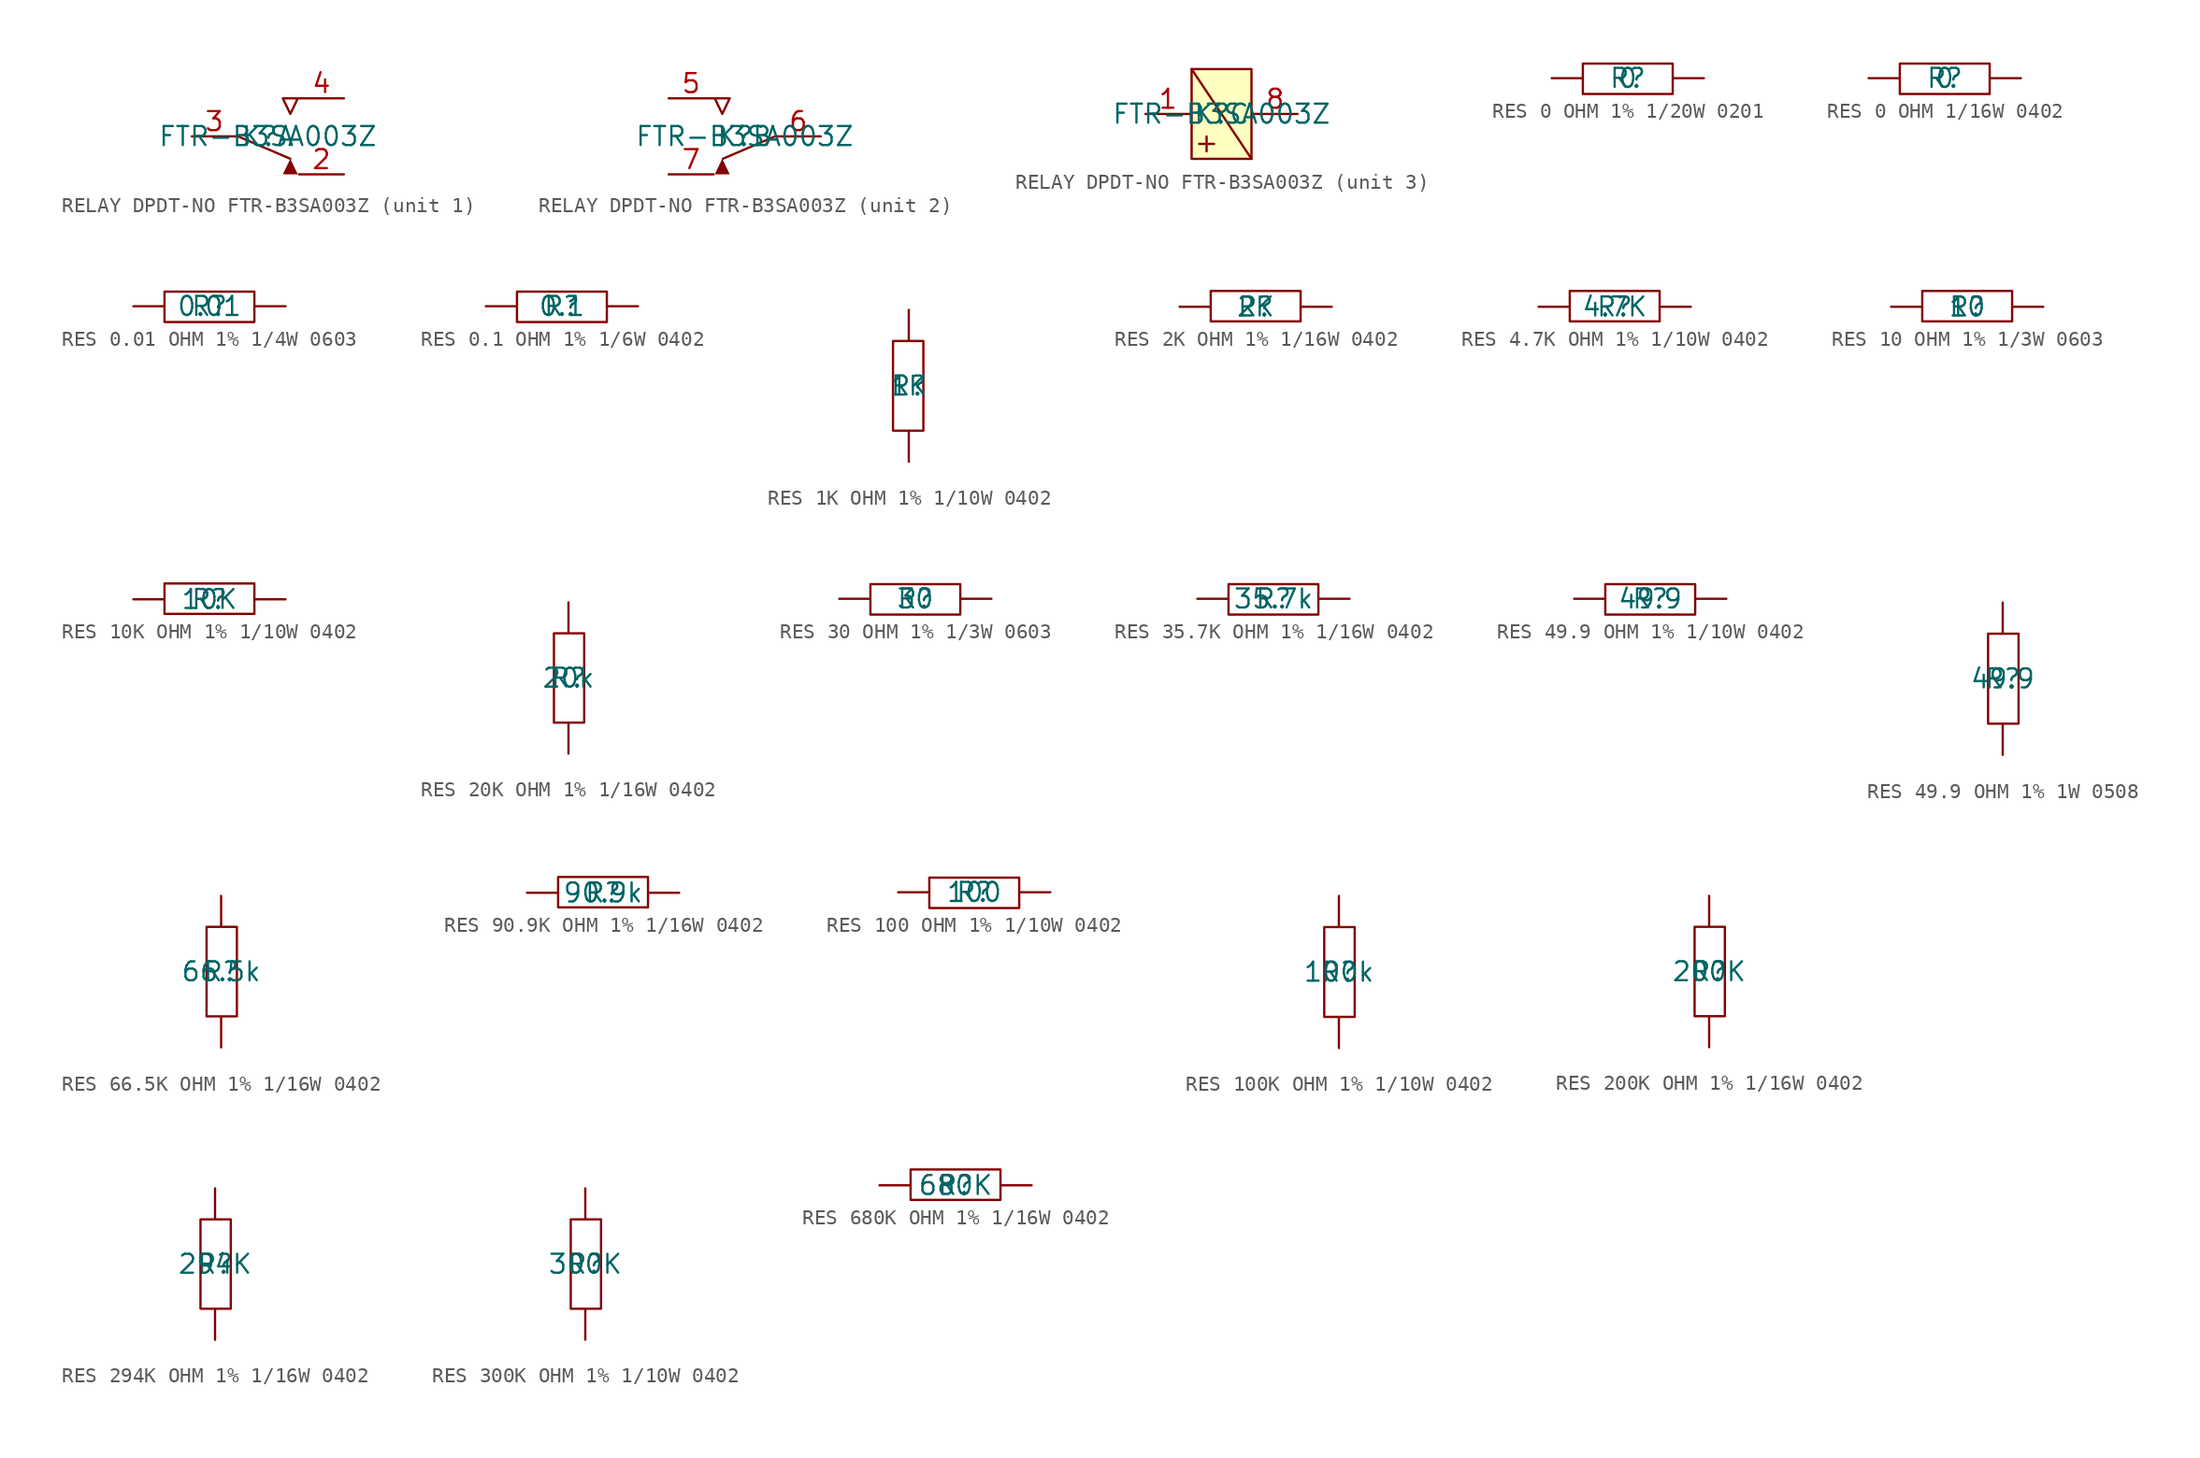
<source format=kicad_sym>
(kicad_symbol_lib
  (version 20241209)
  (generator "kicad_symbol_editor")
  (generator_version "8.99")
  (symbol "RELAY DPDT-NO FTR-B3SA003Z"
    (pin_names
      (hide yes))
    (property "Reference" "K"
      (at 0 0 0)
      (effects (font (size 1.27 1.27))))
    (property "Value" "FTR-B3SA003Z"
      (at 0 0 0)
      (effects (font (size 1.27 1.27))))
    (symbol "RELAY DPDT-NO FTR-B3SA003Z_1_0"
      (polyline (pts (xy -2 0) (xy 1.5 -1.5)) (stroke (width 0) (type solid)) (fill (type none)))
      (polyline (pts (xy 1 -2.54) (xy 2 -2.54) (xy 1.5 -1.5) (xy 1 -2.54)) (stroke (width -0.0001) (type solid)) (fill (type outline)))
      (polyline (pts (xy 1.5 1.5) (xy 1 2.54) (xy 2 2.54) (xy 1.5 1.5)) (stroke (width 0) (type solid)) (fill (type none)))
      (pin passive line (at -5.08 0 0) (length 3) (name "3" (effects (font (size 1.27 1.27)))) (number "3" (effects (font (size 1.27 1.27)))))
      (pin passive line (at 5.08 2.54 180) (length 3) (name "4" (effects (font (size 1.27 1.27)))) (number "4" (effects (font (size 1.27 1.27)))))
      (pin passive line (at 5.08 -2.54 180) (length 3) (name "2" (effects (font (size 1.27 1.27)))) (number "2" (effects (font (size 1.27 1.27))))))
    (symbol "RELAY DPDT-NO FTR-B3SA003Z_2_0"
      (polyline (pts (xy -1.5 -1.5) (xy -1 -2.54) (xy -2 -2.54) (xy -1.5 -1.5)) (stroke (width -0.0001) (type solid)) (fill (type outline)))
      (polyline (pts (xy -1.468 -1.5) (xy 2.032 0)) (stroke (width 0) (type solid)) (fill (type none)))
      (polyline (pts (xy -1 2.54) (xy -2 2.54) (xy -1.5 1.5) (xy -1 2.54)) (stroke (width 0) (type solid)) (fill (type none)))
      (pin passive line (at -5.08 2.54 0) (length 3) (name "5" (effects (font (size 1.27 1.27)))) (number "5" (effects (font (size 1.27 1.27)))))
      (pin passive line (at -5.08 -2.54 0) (length 3) (name "7" (effects (font (size 1.27 1.27)))) (number "7" (effects (font (size 1.27 1.27)))))
      (pin passive line (at 5.08 0 180) (length 3) (name "6" (effects (font (size 1.27 1.27)))) (number "6" (effects (font (size 1.27 1.27))))))
    (symbol "RELAY DPDT-NO FTR-B3SA003Z_3_0"
      (polyline (pts (xy -2 3) (xy 2 -3)) (stroke (width 0) (type solid)) (fill (type none)))
      (polyline (pts (xy -2 -3) (xy 2 -3) (xy 2 3) (xy -2 3) (xy -2 -3)) (stroke (width 0) (type solid)) (fill (type none)))
      (polyline (pts (xy -1.5 -2) (xy -0.5 -2)) (stroke (width 0) (type solid)) (fill (type none)))
      (polyline (pts (xy -1 -2.5) (xy -1 -1.5)) (stroke (width 0) (type solid)) (fill (type none)))
      (rectangle (start 2 3) (end -2 -3) (stroke (width 0.025) (type solid) (color 128 0 0 1)) (fill (type background)))
      (pin passive line (at -5.08 0 0) (length 3) (name "1" (effects (font (size 1.27 1.27)))) (number "1" (effects (font (size 1.27 1.27)))))
      (pin passive line (at 5.08 0 180) (length 3) (name "8" (effects (font (size 1.27 1.27)))) (number "8" (effects (font (size 1.27 1.27)))))))
  (symbol "RES 0 OHM 1% 1/20W 0201"
    (pin_numbers
      (hide yes))
    (pin_names
      (hide yes))
    (property "Reference" "R"
      (at 0 0 0)
      (effects (font (size 1.27 1.27))))
    (property "Value" "0"
      (at 0 0 0)
      (effects (font (size 1.27 1.27))))
    (symbol "RES 0 OHM 1% 1/20W 0201_1_0"
      (rectangle (start 3 0.976) (end -3 -1.056) (stroke (width 0) (type solid)) (fill (type none)))
      (pin passive line (at -5.08 0 0) (length 2) (name "1" (effects (font (size 1.27 1.27)))) (number "1" (effects (font (size 1.27 1.27)))))
      (pin passive line (at 5.08 0 180) (length 2) (name "2" (effects (font (size 1.27 1.27)))) (number "2" (effects (font (size 1.27 1.27)))))))
  (symbol "RES 0 OHM 1/16W 0402"
    (pin_numbers
      (hide yes))
    (pin_names
      (hide yes))
    (property "Reference" "R"
      (at 0 0 0)
      (effects (font (size 1.27 1.27))))
    (property "Value" "0"
      (at 0 0 0)
      (effects (font (size 1.27 1.27))))
    (symbol "RES 0 OHM 1/16W 0402_1_0"
      (rectangle (start 3 0.976) (end -3 -1.056) (stroke (width 0) (type solid)) (fill (type none)))
      (pin passive line (at -5.08 0 0) (length 2) (name "1" (effects (font (size 1.27 1.27)))) (number "1" (effects (font (size 1.27 1.27)))))
      (pin passive line (at 5.08 0 180) (length 2) (name "2" (effects (font (size 1.27 1.27)))) (number "2" (effects (font (size 1.27 1.27)))))))
  (symbol "RES 0.01 OHM 1% 1/4W 0603"
    (pin_numbers
      (hide yes))
    (pin_names
      (hide yes))
    (property "Reference" "R"
      (at 0 0 0)
      (effects (font (size 1.27 1.27))))
    (property "Value" "0.01"
      (at 0 0 0)
      (effects (font (size 1.27 1.27))))
    (symbol "RES 0.01 OHM 1% 1/4W 0603_1_0"
      (rectangle (start 3 0.976) (end -3 -1.056) (stroke (width 0) (type solid)) (fill (type none)))
      (pin passive line (at -5.08 0 0) (length 2) (name "1" (effects (font (size 1.27 1.27)))) (number "1" (effects (font (size 1.27 1.27)))))
      (pin passive line (at 5.08 0 180) (length 2) (name "2" (effects (font (size 1.27 1.27)))) (number "2" (effects (font (size 1.27 1.27)))))))
  (symbol "RES 0.1 OHM 1% 1/6W 0402"
    (pin_numbers
      (hide yes))
    (pin_names
      (hide yes))
    (property "Reference" "R"
      (at 0 0 0)
      (effects (font (size 1.27 1.27))))
    (property "Value" "0.1"
      (at 0 0 0)
      (effects (font (size 1.27 1.27))))
    (symbol "RES 0.1 OHM 1% 1/6W 0402_1_0"
      (rectangle (start 3 0.976) (end -3 -1.056) (stroke (width 0) (type solid)) (fill (type none)))
      (pin passive line (at -5.08 0 0) (length 2) (name "1" (effects (font (size 1.27 1.27)))) (number "1" (effects (font (size 1.27 1.27)))))
      (pin passive line (at 5.08 0 180) (length 2) (name "2" (effects (font (size 1.27 1.27)))) (number "2" (effects (font (size 1.27 1.27)))))))
  (symbol "RES 1K OHM 1% 1/10W 0402"
    (pin_numbers
      (hide yes))
    (pin_names
      (hide yes))
    (property "Reference" "R"
      (at 0 0 0)
      (effects (font (size 1.27 1.27))))
    (property "Value" "1K"
      (at 0 0 0)
      (effects (font (size 1.27 1.27))))
    (symbol "RES 1K OHM 1% 1/10W 0402_1_0"
      (rectangle (start 0.976 3) (end -1.056 -3) (stroke (width 0) (type solid)) (fill (type none)))
      (pin passive line (at 0 5.08 270) (length 2) (name "1" (effects (font (size 1.27 1.27)))) (number "1" (effects (font (size 1.27 1.27)))))
      (pin passive line (at 0 -5.08 90) (length 2) (name "2" (effects (font (size 1.27 1.27)))) (number "2" (effects (font (size 1.27 1.27)))))))
  (symbol "RES 2K OHM 1% 1/16W 0402"
    (pin_numbers
      (hide yes))
    (pin_names
      (hide yes))
    (property "Reference" "R"
      (at 0 0 0)
      (effects (font (size 1.27 1.27))))
    (property "Value" "2K"
      (at 0 0 0)
      (effects (font (size 1.27 1.27))))
    (symbol "RES 2K OHM 1% 1/16W 0402_1_0"
      (rectangle (start 3 1.056) (end -3 -0.976) (stroke (width 0) (type solid)) (fill (type none)))
      (pin passive line (at -5.08 0 0) (length 2) (name "2" (effects (font (size 1.27 1.27)))) (number "2" (effects (font (size 1.27 1.27)))))
      (pin passive line (at 5.08 0 180) (length 2) (name "1" (effects (font (size 1.27 1.27)))) (number "1" (effects (font (size 1.27 1.27)))))))
  (symbol "RES 4.7K OHM 1% 1/10W 0402"
    (pin_numbers
      (hide yes))
    (pin_names
      (hide yes))
    (property "Reference" "R"
      (at 0 0 0)
      (effects (font (size 1.27 1.27))))
    (property "Value" "4.7K"
      (at 0 0 0)
      (effects (font (size 1.27 1.27))))
    (symbol "RES 4.7K OHM 1% 1/10W 0402_1_0"
      (rectangle (start 3 1.056) (end -3 -0.976) (stroke (width 0) (type solid)) (fill (type none)))
      (pin passive line (at -5.08 0 0) (length 2) (name "1" (effects (font (size 1.27 1.27)))) (number "1" (effects (font (size 1.27 1.27)))))
      (pin passive line (at 5.08 0 180) (length 2) (name "2" (effects (font (size 1.27 1.27)))) (number "2" (effects (font (size 1.27 1.27)))))))
  (symbol "RES 10 OHM 1% 1/3W 0603"
    (pin_numbers
      (hide yes))
    (pin_names
      (hide yes))
    (property "Reference" "R"
      (at 0 0 0)
      (effects (font (size 1.27 1.27))))
    (property "Value" "10"
      (at 0 0 0)
      (effects (font (size 1.27 1.27))))
    (symbol "RES 10 OHM 1% 1/3W 0603_1_0"
      (rectangle (start 3 1.056) (end -3 -0.976) (stroke (width 0) (type solid)) (fill (type none)))
      (pin passive line (at -5.08 0 0) (length 2) (name "2" (effects (font (size 1.27 1.27)))) (number "2" (effects (font (size 1.27 1.27)))))
      (pin passive line (at 5.08 0 180) (length 2) (name "1" (effects (font (size 1.27 1.27)))) (number "1" (effects (font (size 1.27 1.27)))))))
  (symbol "RES 10K OHM 1% 1/10W 0402"
    (pin_numbers
      (hide yes))
    (pin_names
      (hide yes))
    (property "Reference" "R"
      (at 0 0 0)
      (effects (font (size 1.27 1.27))))
    (property "Value" "10K"
      (at 0 0 0)
      (effects (font (size 1.27 1.27))))
    (symbol "RES 10K OHM 1% 1/10W 0402_1_0"
      (rectangle (start 3 1.056) (end -3 -0.976) (stroke (width 0) (type solid)) (fill (type none)))
      (pin passive line (at -5.08 0 0) (length 2) (name "2" (effects (font (size 1.27 1.27)))) (number "2" (effects (font (size 1.27 1.27)))))
      (pin passive line (at 5.08 0 180) (length 2) (name "1" (effects (font (size 1.27 1.27)))) (number "1" (effects (font (size 1.27 1.27)))))))
  (symbol "RES 20K OHM 1% 1/16W 0402"
    (pin_numbers
      (hide yes))
    (pin_names
      (hide yes))
    (property "Reference" "R"
      (at 0 0 0)
      (effects (font (size 1.27 1.27))))
    (property "Value" "20k"
      (at 0 0 0)
      (effects (font (size 1.27 1.27))))
    (symbol "RES 20K OHM 1% 1/16W 0402_1_0"
      (rectangle (start 1.056 3) (end -0.976 -3) (stroke (width 0) (type solid)) (fill (type none)))
      (pin passive line (at 0 5.08 270) (length 2) (name "2" (effects (font (size 1.27 1.27)))) (number "2" (effects (font (size 1.27 1.27)))))
      (pin passive line (at 0 -5.08 90) (length 2) (name "1" (effects (font (size 1.27 1.27)))) (number "1" (effects (font (size 1.27 1.27)))))))
  (symbol "RES 30 OHM 1% 1/3W 0603"
    (pin_numbers
      (hide yes))
    (pin_names
      (hide yes))
    (property "Reference" "R"
      (at 0 0 0)
      (effects (font (size 1.27 1.27))))
    (property "Value" "30"
      (at 0 0 0)
      (effects (font (size 1.27 1.27))))
    (symbol "RES 30 OHM 1% 1/3W 0603_1_0"
      (rectangle (start 3 0.976) (end -3 -1.056) (stroke (width 0) (type solid)) (fill (type none)))
      (pin passive line (at -5.08 0 0) (length 2) (name "1" (effects (font (size 1.27 1.27)))) (number "1" (effects (font (size 1.27 1.27)))))
      (pin passive line (at 5.08 0 180) (length 2) (name "2" (effects (font (size 1.27 1.27)))) (number "2" (effects (font (size 1.27 1.27)))))))
  (symbol "RES 35.7K OHM 1% 1/16W 0402"
    (pin_numbers
      (hide yes))
    (pin_names
      (hide yes))
    (property "Reference" "R"
      (at 0 0 0)
      (effects (font (size 1.27 1.27))))
    (property "Value" "35.7k"
      (at 0 0 0)
      (effects (font (size 1.27 1.27))))
    (symbol "RES 35.7K OHM 1% 1/16W 0402_1_0"
      (rectangle (start 3 0.976) (end -3 -1.056) (stroke (width 0) (type solid)) (fill (type none)))
      (pin passive line (at -5.08 0 0) (length 2) (name "1" (effects (font (size 1.27 1.27)))) (number "1" (effects (font (size 1.27 1.27)))))
      (pin passive line (at 5.08 0 180) (length 2) (name "2" (effects (font (size 1.27 1.27)))) (number "2" (effects (font (size 1.27 1.27)))))))
  (symbol "RES 49.9 OHM 1% 1/10W 0402"
    (pin_numbers
      (hide yes))
    (pin_names
      (hide yes))
    (property "Reference" "R"
      (at 0 0 0)
      (effects (font (size 1.27 1.27))))
    (property "Value" "49.9"
      (at 0 0 0)
      (effects (font (size 1.27 1.27))))
    (symbol "RES 49.9 OHM 1% 1/10W 0402_1_0"
      (rectangle (start 3 0.976) (end -3 -1.056) (stroke (width 0) (type solid)) (fill (type none)))
      (pin passive line (at -5.08 0 0) (length 2) (name "1" (effects (font (size 1.27 1.27)))) (number "1" (effects (font (size 1.27 1.27)))))
      (pin passive line (at 5.08 0 180) (length 2) (name "2" (effects (font (size 1.27 1.27)))) (number "2" (effects (font (size 1.27 1.27)))))))
  (symbol "RES 49.9 OHM 1% 1W 0508"
    (pin_numbers
      (hide yes))
    (pin_names
      (hide yes))
    (property "Reference" "R"
      (at 0 0 0)
      (effects (font (size 1.27 1.27))))
    (property "Value" "49.9"
      (at 0 0 0)
      (effects (font (size 1.27 1.27))))
    (symbol "RES 49.9 OHM 1% 1W 0508_1_0"
      (rectangle (start 1.056 3) (end -0.976 -3) (stroke (width 0) (type solid)) (fill (type none)))
      (pin passive line (at 0 5.08 270) (length 2) (name "2" (effects (font (size 1.27 1.27)))) (number "2" (effects (font (size 1.27 1.27)))))
      (pin passive line (at 0 -5.08 90) (length 2) (name "1" (effects (font (size 1.27 1.27)))) (number "1" (effects (font (size 1.27 1.27)))))))
  (symbol "RES 66.5K OHM 1% 1/16W 0402"
    (pin_numbers
      (hide yes))
    (pin_names
      (hide yes))
    (property "Reference" "R"
      (at 0 0 0)
      (effects (font (size 1.27 1.27))))
    (property "Value" "66.5k"
      (at 0 0 0)
      (effects (font (size 1.27 1.27))))
    (symbol "RES 66.5K OHM 1% 1/16W 0402_1_0"
      (rectangle (start 1.056 3) (end -0.976 -3) (stroke (width 0) (type solid)) (fill (type none)))
      (pin passive line (at 0 5.08 270) (length 2) (name "2" (effects (font (size 1.27 1.27)))) (number "2" (effects (font (size 1.27 1.27)))))
      (pin passive line (at 0 -5.08 90) (length 2) (name "1" (effects (font (size 1.27 1.27)))) (number "1" (effects (font (size 1.27 1.27)))))))
  (symbol "RES 90.9K OHM 1% 1/16W 0402"
    (pin_numbers
      (hide yes))
    (pin_names
      (hide yes))
    (property "Reference" "R"
      (at 0 0 0)
      (effects (font (size 1.27 1.27))))
    (property "Value" "90.9k"
      (at 0 0 0)
      (effects (font (size 1.27 1.27))))
    (symbol "RES 90.9K OHM 1% 1/16W 0402_1_0"
      (rectangle (start 3 1.056) (end -3 -0.976) (stroke (width 0) (type solid)) (fill (type none)))
      (pin passive line (at -5.08 0 0) (length 2) (name "2" (effects (font (size 1.27 1.27)))) (number "2" (effects (font (size 1.27 1.27)))))
      (pin passive line (at 5.08 0 180) (length 2) (name "1" (effects (font (size 1.27 1.27)))) (number "1" (effects (font (size 1.27 1.27)))))))
  (symbol "RES 100 OHM 1% 1/10W 0402"
    (pin_numbers
      (hide yes))
    (pin_names
      (hide yes))
    (property "Reference" "R"
      (at 0 0 0)
      (effects (font (size 1.27 1.27))))
    (property "Value" "100"
      (at 0 0 0)
      (effects (font (size 1.27 1.27))))
    (symbol "RES 100 OHM 1% 1/10W 0402_1_0"
      (rectangle (start 3 0.976) (end -3 -1.056) (stroke (width 0) (type solid)) (fill (type none)))
      (pin passive line (at -5.08 0 0) (length 2) (name "1" (effects (font (size 1.27 1.27)))) (number "1" (effects (font (size 1.27 1.27)))))
      (pin passive line (at 5.08 0 180) (length 2) (name "2" (effects (font (size 1.27 1.27)))) (number "2" (effects (font (size 1.27 1.27)))))))
  (symbol "RES 100K OHM 1% 1/10W 0402"
    (pin_numbers
      (hide yes))
    (pin_names
      (hide yes))
    (property "Reference" "R"
      (at 0 0 0)
      (effects (font (size 1.27 1.27))))
    (property "Value" "100k"
      (at 0 0 0)
      (effects (font (size 1.27 1.27))))
    (symbol "RES 100K OHM 1% 1/10W 0402_1_0"
      (rectangle (start 1.056 3) (end -0.976 -3) (stroke (width 0) (type solid)) (fill (type none)))
      (pin passive line (at 0 5.08 270) (length 2) (name "2" (effects (font (size 1.27 1.27)))) (number "2" (effects (font (size 1.27 1.27)))))
      (pin passive line (at 0 -5.08 90) (length 2) (name "1" (effects (font (size 1.27 1.27)))) (number "1" (effects (font (size 1.27 1.27)))))))
  (symbol "RES 200K OHM 1% 1/16W 0402"
    (pin_numbers
      (hide yes))
    (pin_names
      (hide yes))
    (property "Reference" "R"
      (at 0 0 0)
      (effects (font (size 1.27 1.27))))
    (property "Value" "200K"
      (at 0 0 0)
      (effects (font (size 1.27 1.27))))
    (symbol "RES 200K OHM 1% 1/16W 0402_1_0"
      (rectangle (start 1.056 3) (end -0.976 -3) (stroke (width 0) (type solid)) (fill (type none)))
      (pin passive line (at 0 5.08 270) (length 2) (name "2" (effects (font (size 1.27 1.27)))) (number "2" (effects (font (size 1.27 1.27)))))
      (pin passive line (at 0 -5.08 90) (length 2) (name "1" (effects (font (size 1.27 1.27)))) (number "1" (effects (font (size 1.27 1.27)))))))
  (symbol "RES 294K OHM 1% 1/16W 0402"
    (pin_numbers
      (hide yes))
    (pin_names
      (hide yes))
    (property "Reference" "R"
      (at 0 0 0)
      (effects (font (size 1.27 1.27))))
    (property "Value" "294K"
      (at 0 0 0)
      (effects (font (size 1.27 1.27))))
    (symbol "RES 294K OHM 1% 1/16W 0402_1_0"
      (rectangle (start 1.056 3) (end -0.976 -3) (stroke (width 0) (type solid)) (fill (type none)))
      (pin passive line (at 0 5.08 270) (length 2) (name "2" (effects (font (size 1.27 1.27)))) (number "2" (effects (font (size 1.27 1.27)))))
      (pin passive line (at 0 -5.08 90) (length 2) (name "1" (effects (font (size 1.27 1.27)))) (number "1" (effects (font (size 1.27 1.27)))))))
  (symbol "RES 300K OHM 1% 1/10W 0402"
    (pin_numbers
      (hide yes))
    (pin_names
      (hide yes))
    (property "Reference" "R"
      (at 0 0 0)
      (effects (font (size 1.27 1.27))))
    (property "Value" "300K"
      (at 0 0 0)
      (effects (font (size 1.27 1.27))))
    (symbol "RES 300K OHM 1% 1/10W 0402_1_0"
      (rectangle (start 1.056 3) (end -0.976 -3) (stroke (width 0) (type solid)) (fill (type none)))
      (pin passive line (at 0 5.08 270) (length 2) (name "2" (effects (font (size 1.27 1.27)))) (number "2" (effects (font (size 1.27 1.27)))))
      (pin passive line (at 0 -5.08 90) (length 2) (name "1" (effects (font (size 1.27 1.27)))) (number "1" (effects (font (size 1.27 1.27)))))))
  (symbol "RES 680K OHM 1% 1/16W 0402"
    (pin_numbers
      (hide yes))
    (pin_names
      (hide yes))
    (property "Reference" "R"
      (at 0 0 0)
      (effects (font (size 1.27 1.27))))
    (property "Value" "680K"
      (at 0 0 0)
      (effects (font (size 1.27 1.27))))
    (symbol "RES 680K OHM 1% 1/16W 0402_1_0"
      (rectangle (start 3 1.056) (end -3 -0.976) (stroke (width 0) (type solid)) (fill (type none)))
      (pin passive line (at -5.08 0 0) (length 2) (name "2" (effects (font (size 1.27 1.27)))) (number "2" (effects (font (size 1.27 1.27)))))
      (pin passive line (at 5.08 0 180) (length 2) (name "1" (effects (font (size 1.27 1.27)))) (number "1" (effects (font (size 1.27 1.27))))))))
</source>
